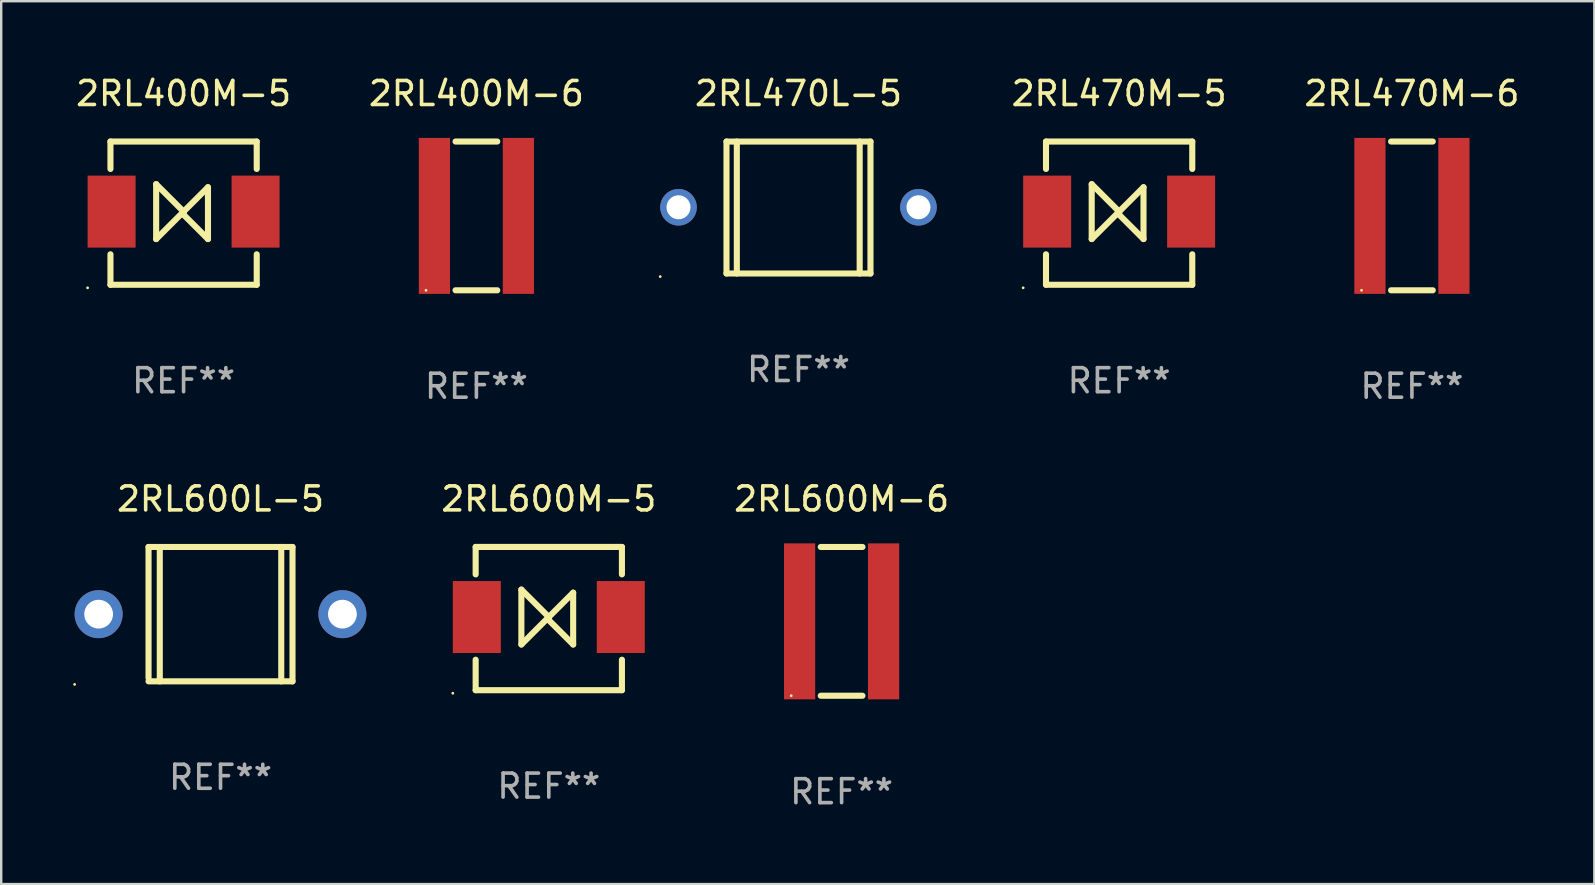
<source format=kicad_pcb>
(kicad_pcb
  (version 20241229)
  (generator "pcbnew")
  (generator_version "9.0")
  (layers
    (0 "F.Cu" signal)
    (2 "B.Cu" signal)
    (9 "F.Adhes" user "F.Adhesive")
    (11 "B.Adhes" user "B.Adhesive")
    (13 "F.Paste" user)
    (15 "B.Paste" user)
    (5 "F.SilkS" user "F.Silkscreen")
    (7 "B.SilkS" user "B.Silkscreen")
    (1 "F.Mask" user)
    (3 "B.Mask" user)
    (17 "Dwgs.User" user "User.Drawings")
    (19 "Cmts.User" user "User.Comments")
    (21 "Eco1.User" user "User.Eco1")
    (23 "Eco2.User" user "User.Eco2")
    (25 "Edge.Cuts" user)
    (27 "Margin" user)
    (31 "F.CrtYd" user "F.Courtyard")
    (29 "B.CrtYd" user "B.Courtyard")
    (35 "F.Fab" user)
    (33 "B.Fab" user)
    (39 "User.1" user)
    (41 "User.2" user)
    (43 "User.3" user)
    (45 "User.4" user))
  (footprint "2RL600M-5"
    (layer "F.Cu")
    (at 19.821 22.729)
    (property "Reference" "2RL600M-5" (at 0 -4.985 0) (layer "F.SilkS") (effects (font (size 1 1) (thickness 0.15))))
    (attr through_hole)
    (fp_line (start -3.048 -2.985) (end 3.048 -2.985) (stroke (width 0.254) (type solid)) (layer "F.SilkS"))
    (fp_line (start -3.048 -1.842) (end -3.048 -2.985) (stroke (width 0.254) (type solid)) (layer "F.SilkS"))
    (fp_line (start -3.048 1.715) (end -3.048 2.985) (stroke (width 0.254) (type solid)) (layer "F.SilkS"))
    (fp_line (start -3.048 2.985) (end 3.048 2.985) (stroke (width 0.254) (type solid)) (layer "F.SilkS"))
    (fp_line (start -1.143 1.08) (end -1.143 -1.207) (stroke (width 0.254) (type solid)) (layer "F.SilkS"))
    (fp_line (start 0 -0.064) (end -1.143 -1.207) (stroke (width 0.254) (type solid)) (layer "F.SilkS"))
    (fp_line (start 0 -0.064) (end -1.143 1.08) (stroke (width 0.254) (type solid)) (layer "F.SilkS"))
    (fp_line (start 0 -0.064) (end 0 0.064) (stroke (width 0.254) (type solid)) (layer "F.SilkS"))
    (fp_line (start 0 -0.064) (end 1.016 -1.08) (stroke (width 0.254) (type solid)) (layer "F.SilkS"))
    (fp_line (start 0 0.064) (end 1.016 1.08) (stroke (width 0.254) (type solid)) (layer "F.SilkS"))
    (fp_line (start 1.016 1.08) (end 1.016 -1.08) (stroke (width 0.254) (type solid)) (layer "F.SilkS"))
    (fp_line (start 3.048 -2.985) (end 3.048 -1.842) (stroke (width 0.254) (type solid)) (layer "F.SilkS"))
    (fp_line (start 3.048 2.985) (end 3.048 1.715) (stroke (width 0.254) (type solid)) (layer "F.SilkS"))
    (fp_circle (center -4 3.112) (end -3.97 3.112) (stroke (width 0.06) (type solid)) (fill no) (layer "F.SilkS"))
    (fp_text user "REF**" (at 0 6.985 0) (layer "F.Fab") (effects (font (size 1 1) (thickness 0.15))))
    (pad "1" smd rect (at -3 -0.064) (size 2 3) (layers "F.Cu" "F.Mask" "F.Paste"))
    (pad "2" smd rect (at 3 -0.064) (size 2 3) (layers "F.Cu" "F.Mask" "F.Paste")))
  (footprint "2RL470M-6"
    (layer "F.Cu")
    (at 55.792 5.948)
    (property "Reference" "2RL470M-6" (at 0 -5.1 0) (layer "F.SilkS") (effects (font (size 1 1) (thickness 0.15))))
    (attr through_hole)
    (fp_line (start -0.869 -3.1) (end 0.869 -3.1) (stroke (width 0.254) (type solid)) (layer "F.SilkS"))
    (fp_line (start -0.869 3.1) (end 0.869 3.1) (stroke (width 0.254) (type solid)) (layer "F.SilkS"))
    (fp_circle (center -2.1 3.1) (end -2.07 3.1) (stroke (width 0.06) (type solid)) (fill no) (layer "F.SilkS"))
    (fp_text user "REF**" (at 0 7.1 0) (layer "F.Fab") (effects (font (size 1 1) (thickness 0.15))))
    (pad "1" smd rect (at -1.75 -0.000013) (size 1.3 6.5) (layers "F.Cu" "F.Mask" "F.Paste"))
    (pad "2" smd rect (at 1.75 -0.000013) (size 1.3 6.5) (layers "F.Cu" "F.Mask" "F.Paste")))
  (footprint "2RL470M-5"
    (layer "F.Cu")
    (at 43.59 5.833)
    (property "Reference" "2RL470M-5" (at 0 -4.985 0) (layer "F.SilkS") (effects (font (size 1 1) (thickness 0.15))))
    (attr through_hole)
    (fp_line (start -3.048 -2.985) (end 3.048 -2.985) (stroke (width 0.254) (type solid)) (layer "F.SilkS"))
    (fp_line (start -3.048 -1.842) (end -3.048 -2.985) (stroke (width 0.254) (type solid)) (layer "F.SilkS"))
    (fp_line (start -3.048 1.715) (end -3.048 2.985) (stroke (width 0.254) (type solid)) (layer "F.SilkS"))
    (fp_line (start -3.048 2.985) (end 3.048 2.985) (stroke (width 0.254) (type solid)) (layer "F.SilkS"))
    (fp_line (start -1.143 1.08) (end -1.143 -1.207) (stroke (width 0.254) (type solid)) (layer "F.SilkS"))
    (fp_line (start 0 -0.064) (end -1.143 -1.207) (stroke (width 0.254) (type solid)) (layer "F.SilkS"))
    (fp_line (start 0 -0.064) (end -1.143 1.08) (stroke (width 0.254) (type solid)) (layer "F.SilkS"))
    (fp_line (start 0 -0.064) (end 0 0.064) (stroke (width 0.254) (type solid)) (layer "F.SilkS"))
    (fp_line (start 0 -0.064) (end 1.016 -1.08) (stroke (width 0.254) (type solid)) (layer "F.SilkS"))
    (fp_line (start 0 0.064) (end 1.016 1.08) (stroke (width 0.254) (type solid)) (layer "F.SilkS"))
    (fp_line (start 1.016 1.08) (end 1.016 -1.08) (stroke (width 0.254) (type solid)) (layer "F.SilkS"))
    (fp_line (start 3.048 -2.985) (end 3.048 -1.842) (stroke (width 0.254) (type solid)) (layer "F.SilkS"))
    (fp_line (start 3.048 2.985) (end 3.048 1.715) (stroke (width 0.254) (type solid)) (layer "F.SilkS"))
    (fp_circle (center -4 3.112) (end -3.97 3.112) (stroke (width 0.06) (type solid)) (fill no) (layer "F.SilkS"))
    (fp_text user "REF**" (at 0 6.985 0) (layer "F.Fab") (effects (font (size 1 1) (thickness 0.15))))
    (pad "1" smd rect (at -3 -0.064) (size 2 3) (layers "F.Cu" "F.Mask" "F.Paste"))
    (pad "2" smd rect (at 3 -0.064) (size 2 3) (layers "F.Cu" "F.Mask" "F.Paste")))
  (footprint "2RL470L-5"
    (layer "F.Cu")
    (at 30.227 5.599)
    (property "Reference" "2RL470L-5" (at 0 -4.751 0) (layer "F.SilkS") (effects (font (size 1 1) (thickness 0.15))))
    (attr through_hole)
    (fp_line (start -3 -2.75) (end 3 -2.75) (stroke (width 0.254) (type solid)) (layer "F.SilkS"))
    (fp_line (start -3 2.749) (end -3 -2.751) (stroke (width 0.254) (type solid)) (layer "F.SilkS"))
    (fp_line (start -2.57 2.749) (end -2.57 -2.751) (stroke (width 0.254) (type solid)) (layer "F.SilkS"))
    (fp_line (start 2.55 2.751) (end 2.55 -2.749) (stroke (width 0.254) (type solid)) (layer "F.SilkS"))
    (fp_line (start 3 -2.75) (end 3 2.75) (stroke (width 0.254) (type solid)) (layer "F.SilkS"))
    (fp_line (start 3 2.749) (end -3 2.749) (stroke (width 0.254) (type solid)) (layer "F.SilkS"))
    (fp_circle (center -5.762 2.878) (end -5.732 2.878) (stroke (width 0.06) (type solid)) (fill no) (layer "F.SilkS"))
    (fp_text user "REF**" (at 0 6.751 0) (layer "F.Fab") (effects (font (size 1 1) (thickness 0.15))))
    (pad "1" thru_hole circle (at -5 -0.011) (size 1.524 1.524) (drill 1) (layers "*.Cu" "*.Mask"))
    (pad "2" thru_hole circle (at 5 -0.011) (size 1.524 1.524) (drill 1) (layers "*.Cu" "*.Mask")))
  (footprint "2RL600L-5"
    (layer "F.Cu")
    (at 6.14 22.545)
    (property "Reference" "2RL600L-5" (at 0 -4.8 0) (layer "F.SilkS") (effects (font (size 1 1) (thickness 0.15))))
    (attr through_hole)
    (fp_line (start -3 -2.8) (end -3 2.667) (stroke (width 0.254) (type solid)) (layer "F.SilkS"))
    (fp_line (start -3 -2.8) (end 3 -2.8) (stroke (width 0.254) (type solid)) (layer "F.SilkS"))
    (fp_line (start -3 2.8) (end 3 2.8) (stroke (width 0.254) (type solid)) (layer "F.SilkS"))
    (fp_line (start -2.531 -2.8) (end -2.531 2.8) (stroke (width 0.254) (type solid)) (layer "F.SilkS"))
    (fp_line (start 2.531 -2.8) (end 2.531 2.8) (stroke (width 0.254) (type solid)) (layer "F.SilkS"))
    (fp_line (start 3 -2.8) (end 3 2.8) (stroke (width 0.254) (type solid)) (layer "F.SilkS"))
    (fp_circle (center -6.08 2.927) (end -6.05 2.927) (stroke (width 0.06) (type solid)) (fill no) (layer "F.SilkS"))
    (fp_text user "REF**" (at 0 6.8 0) (layer "F.Fab") (effects (font (size 1 1) (thickness 0.15))))
    (pad "1" thru_hole circle (at -5.08 0) (size 2 2) (drill 1.2) (layers "*.Cu" "*.Mask"))
    (pad "2" thru_hole circle (at 5.08 0) (size 2 2) (drill 1.2) (layers "*.Cu" "*.Mask")))
  (footprint "2RL600M-6"
    (layer "F.Cu")
    (at 32.024 22.845)
    (property "Reference" "2RL600M-6" (at 0 -5.1 0) (layer "F.SilkS") (effects (font (size 1 1) (thickness 0.15))))
    (attr through_hole)
    (fp_line (start -0.869 -3.1) (end 0.869 -3.1) (stroke (width 0.254) (type solid)) (layer "F.SilkS"))
    (fp_line (start -0.869 3.1) (end 0.869 3.1) (stroke (width 0.254) (type solid)) (layer "F.SilkS"))
    (fp_circle (center -2.1 3.1) (end -2.07 3.1) (stroke (width 0.06) (type solid)) (fill no) (layer "F.SilkS"))
    (fp_text user "REF**" (at 0 7.1 0) (layer "F.Fab") (effects (font (size 1 1) (thickness 0.15))))
    (pad "1" smd rect (at -1.75 -0.000013) (size 1.3 6.5) (layers "F.Cu" "F.Mask" "F.Paste"))
    (pad "2" smd rect (at 1.75 -0.000013) (size 1.3 6.5) (layers "F.Cu" "F.Mask" "F.Paste")))
  (footprint "2RL400M-6"
    (layer "F.Cu")
    (at 16.804 5.948)
    (property "Reference" "2RL400M-6" (at 0 -5.1 0) (layer "F.SilkS") (effects (font (size 1 1) (thickness 0.15))))
    (attr through_hole)
    (fp_line (start -0.869 -3.1) (end 0.869 -3.1) (stroke (width 0.254) (type solid)) (layer "F.SilkS"))
    (fp_line (start -0.869 3.1) (end 0.869 3.1) (stroke (width 0.254) (type solid)) (layer "F.SilkS"))
    (fp_circle (center -2.1 3.1) (end -2.07 3.1) (stroke (width 0.06) (type solid)) (fill no) (layer "F.SilkS"))
    (fp_text user "REF**" (at 0 7.1 0) (layer "F.Fab") (effects (font (size 1 1) (thickness 0.15))))
    (pad "1" smd rect (at -1.75 -0.000013) (size 1.3 6.5) (layers "F.Cu" "F.Mask" "F.Paste"))
    (pad "2" smd rect (at 1.75 -0.000013) (size 1.3 6.5) (layers "F.Cu" "F.Mask" "F.Paste")))
  (footprint "2RL400M-5"
    (layer "F.Cu")
    (at 4.601 5.833)
    (property "Reference" "2RL400M-5" (at 0 -4.985 0) (layer "F.SilkS") (effects (font (size 1 1) (thickness 0.15))))
    (attr through_hole)
    (fp_line (start -3.048 -2.985) (end 3.048 -2.985) (stroke (width 0.254) (type solid)) (layer "F.SilkS"))
    (fp_line (start -3.048 -1.842) (end -3.048 -2.985) (stroke (width 0.254) (type solid)) (layer "F.SilkS"))
    (fp_line (start -3.048 1.715) (end -3.048 2.985) (stroke (width 0.254) (type solid)) (layer "F.SilkS"))
    (fp_line (start -3.048 2.985) (end 3.048 2.985) (stroke (width 0.254) (type solid)) (layer "F.SilkS"))
    (fp_line (start -1.143 1.08) (end -1.143 -1.207) (stroke (width 0.254) (type solid)) (layer "F.SilkS"))
    (fp_line (start 0 -0.064) (end -1.143 -1.207) (stroke (width 0.254) (type solid)) (layer "F.SilkS"))
    (fp_line (start 0 -0.064) (end -1.143 1.08) (stroke (width 0.254) (type solid)) (layer "F.SilkS"))
    (fp_line (start 0 -0.064) (end 0 0.064) (stroke (width 0.254) (type solid)) (layer "F.SilkS"))
    (fp_line (start 0 -0.064) (end 1.016 -1.08) (stroke (width 0.254) (type solid)) (layer "F.SilkS"))
    (fp_line (start 0 0.064) (end 1.016 1.08) (stroke (width 0.254) (type solid)) (layer "F.SilkS"))
    (fp_line (start 1.016 1.08) (end 1.016 -1.08) (stroke (width 0.254) (type solid)) (layer "F.SilkS"))
    (fp_line (start 3.048 -2.985) (end 3.048 -1.842) (stroke (width 0.254) (type solid)) (layer "F.SilkS"))
    (fp_line (start 3.048 2.985) (end 3.048 1.715) (stroke (width 0.254) (type solid)) (layer "F.SilkS"))
    (fp_circle (center -4 3.112) (end -3.97 3.112) (stroke (width 0.06) (type solid)) (fill no) (layer "F.SilkS"))
    (fp_text user "REF**" (at 0 6.985 0) (layer "F.Fab") (effects (font (size 1 1) (thickness 0.15))))
    (pad "1" smd rect (at -3 -0.064) (size 2 3) (layers "F.Cu" "F.Mask" "F.Paste"))
    (pad "2" smd rect (at 3 -0.064) (size 2 3) (layers "F.Cu" "F.Mask" "F.Paste")))
  (gr_rect
    (start -3 -3)
    (end 63.394 33.793)
    (stroke (width 0.1) (type default))
    (fill no)
    (layer "Edge.Cuts")))
</source>
